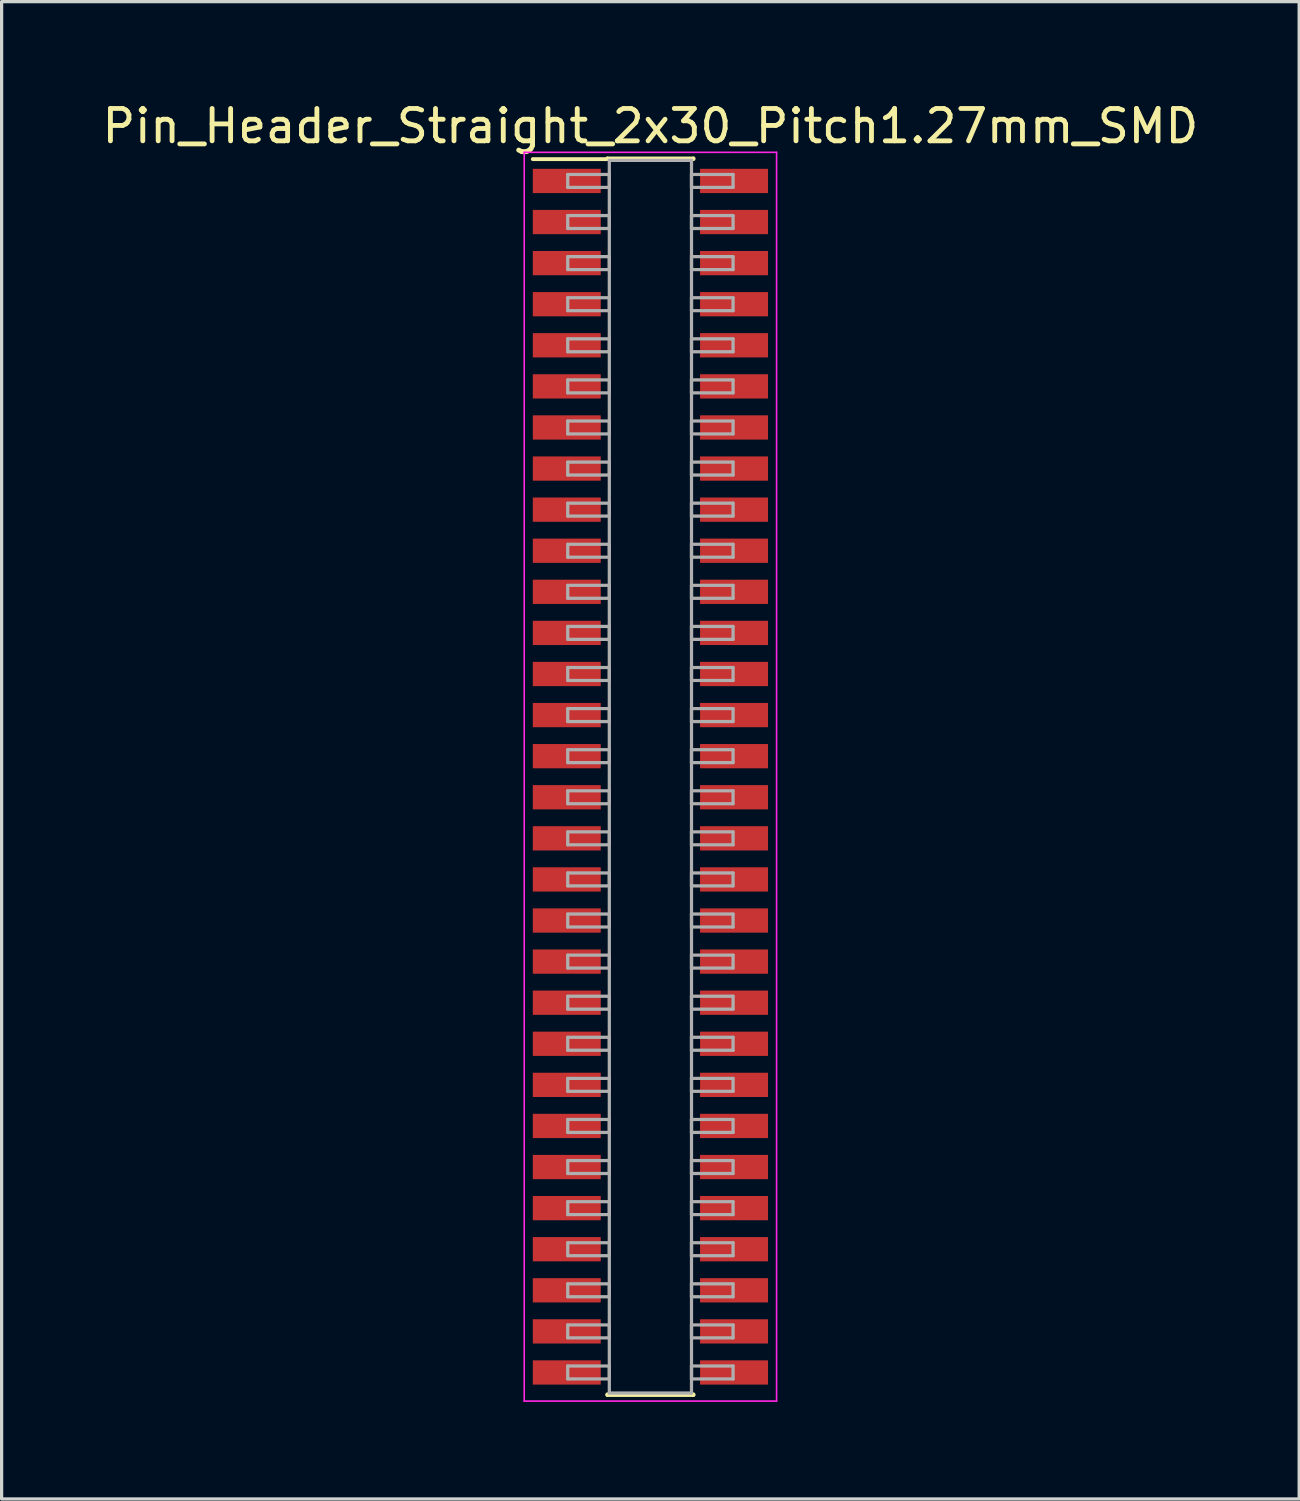
<source format=kicad_pcb>
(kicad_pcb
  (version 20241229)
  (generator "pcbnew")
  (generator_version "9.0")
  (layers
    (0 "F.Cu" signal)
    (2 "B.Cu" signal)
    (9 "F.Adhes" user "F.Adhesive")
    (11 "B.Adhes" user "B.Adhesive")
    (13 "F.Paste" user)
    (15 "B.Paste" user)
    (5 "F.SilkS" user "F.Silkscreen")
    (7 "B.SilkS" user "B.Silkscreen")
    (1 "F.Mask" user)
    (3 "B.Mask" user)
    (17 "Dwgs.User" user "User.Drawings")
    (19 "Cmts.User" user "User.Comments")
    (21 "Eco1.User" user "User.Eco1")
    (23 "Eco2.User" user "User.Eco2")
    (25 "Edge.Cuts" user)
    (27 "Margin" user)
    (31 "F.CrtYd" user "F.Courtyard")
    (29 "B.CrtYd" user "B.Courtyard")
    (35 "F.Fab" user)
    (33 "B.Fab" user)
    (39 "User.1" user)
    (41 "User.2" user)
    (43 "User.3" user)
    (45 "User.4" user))
  (footprint "Pin_Header_Straight_2x30_Pitch1.27mm_SMD"
    (layer "F.Cu")
    (at 17.054 20.958)
    (property "Reference" "Pin_Header_Straight_2x30_Pitch1.27mm_SMD" (at 0 -20.11 0) (layer "F.SilkS") (effects (font (size 1 1) (thickness 0.15))))
    (attr smd)
    (fp_line (start -3.635 -19.09) (end -1.33 -19.09) (stroke (width 0.12) (type solid)) (layer "F.SilkS"))
    (fp_line (start -1.33 -19.11) (end 1.33 -19.11) (stroke (width 0.12) (type solid)) (layer "F.SilkS"))
    (fp_line (start -1.33 -19.09) (end -1.33 -19.11) (stroke (width 0.12) (type solid)) (layer "F.SilkS"))
    (fp_line (start -1.33 19.09) (end -1.33 19.11) (stroke (width 0.12) (type solid)) (layer "F.SilkS"))
    (fp_line (start -1.33 19.11) (end 1.33 19.11) (stroke (width 0.12) (type solid)) (layer "F.SilkS"))
    (fp_line (start 1.33 -19.11) (end 1.33 -19.09) (stroke (width 0.12) (type solid)) (layer "F.SilkS"))
    (fp_line (start 1.33 19.11) (end 1.33 19.09) (stroke (width 0.12) (type solid)) (layer "F.SilkS"))
    (fp_line (start -3.9 -19.3) (end -3.9 19.3) (stroke (width 0.05) (type solid)) (layer "F.CrtYd"))
    (fp_line (start -3.9 19.3) (end 3.9 19.3) (stroke (width 0.05) (type solid)) (layer "F.CrtYd"))
    (fp_line (start 3.9 -19.3) (end -3.9 -19.3) (stroke (width 0.05) (type solid)) (layer "F.CrtYd"))
    (fp_line (start 3.9 19.3) (end 3.9 -19.3) (stroke (width 0.05) (type solid)) (layer "F.CrtYd"))
    (fp_line (start -2.555 -18.615) (end -1.27 -18.615) (stroke (width 0.1) (type solid)) (layer "F.Fab"))
    (fp_line (start -2.555 -18.215) (end -2.555 -18.615) (stroke (width 0.1) (type solid)) (layer "F.Fab"))
    (fp_line (start -2.555 -17.345) (end -1.27 -17.345) (stroke (width 0.1) (type solid)) (layer "F.Fab"))
    (fp_line (start -2.555 -16.945) (end -2.555 -17.345) (stroke (width 0.1) (type solid)) (layer "F.Fab"))
    (fp_line (start -2.555 -16.075) (end -1.27 -16.075) (stroke (width 0.1) (type solid)) (layer "F.Fab"))
    (fp_line (start -2.555 -15.675) (end -2.555 -16.075) (stroke (width 0.1) (type solid)) (layer "F.Fab"))
    (fp_line (start -2.555 -14.805) (end -1.27 -14.805) (stroke (width 0.1) (type solid)) (layer "F.Fab"))
    (fp_line (start -2.555 -14.405) (end -2.555 -14.805) (stroke (width 0.1) (type solid)) (layer "F.Fab"))
    (fp_line (start -2.555 -13.535) (end -1.27 -13.535) (stroke (width 0.1) (type solid)) (layer "F.Fab"))
    (fp_line (start -2.555 -13.135) (end -2.555 -13.535) (stroke (width 0.1) (type solid)) (layer "F.Fab"))
    (fp_line (start -2.555 -12.265) (end -1.27 -12.265) (stroke (width 0.1) (type solid)) (layer "F.Fab"))
    (fp_line (start -2.555 -11.865) (end -2.555 -12.265) (stroke (width 0.1) (type solid)) (layer "F.Fab"))
    (fp_line (start -2.555 -10.995) (end -1.27 -10.995) (stroke (width 0.1) (type solid)) (layer "F.Fab"))
    (fp_line (start -2.555 -10.595) (end -2.555 -10.995) (stroke (width 0.1) (type solid)) (layer "F.Fab"))
    (fp_line (start -2.555 -9.725) (end -1.27 -9.725) (stroke (width 0.1) (type solid)) (layer "F.Fab"))
    (fp_line (start -2.555 -9.325) (end -2.555 -9.725) (stroke (width 0.1) (type solid)) (layer "F.Fab"))
    (fp_line (start -2.555 -8.455) (end -1.27 -8.455) (stroke (width 0.1) (type solid)) (layer "F.Fab"))
    (fp_line (start -2.555 -8.055) (end -2.555 -8.455) (stroke (width 0.1) (type solid)) (layer "F.Fab"))
    (fp_line (start -2.555 -7.185) (end -1.27 -7.185) (stroke (width 0.1) (type solid)) (layer "F.Fab"))
    (fp_line (start -2.555 -6.785) (end -2.555 -7.185) (stroke (width 0.1) (type solid)) (layer "F.Fab"))
    (fp_line (start -2.555 -5.915) (end -1.27 -5.915) (stroke (width 0.1) (type solid)) (layer "F.Fab"))
    (fp_line (start -2.555 -5.515) (end -2.555 -5.915) (stroke (width 0.1) (type solid)) (layer "F.Fab"))
    (fp_line (start -2.555 -4.645) (end -1.27 -4.645) (stroke (width 0.1) (type solid)) (layer "F.Fab"))
    (fp_line (start -2.555 -4.245) (end -2.555 -4.645) (stroke (width 0.1) (type solid)) (layer "F.Fab"))
    (fp_line (start -2.555 -3.375) (end -1.27 -3.375) (stroke (width 0.1) (type solid)) (layer "F.Fab"))
    (fp_line (start -2.555 -2.975) (end -2.555 -3.375) (stroke (width 0.1) (type solid)) (layer "F.Fab"))
    (fp_line (start -2.555 -2.105) (end -1.27 -2.105) (stroke (width 0.1) (type solid)) (layer "F.Fab"))
    (fp_line (start -2.555 -1.705) (end -2.555 -2.105) (stroke (width 0.1) (type solid)) (layer "F.Fab"))
    (fp_line (start -2.555 -0.835) (end -1.27 -0.835) (stroke (width 0.1) (type solid)) (layer "F.Fab"))
    (fp_line (start -2.555 -0.435) (end -2.555 -0.835) (stroke (width 0.1) (type solid)) (layer "F.Fab"))
    (fp_line (start -2.555 0.435) (end -1.27 0.435) (stroke (width 0.1) (type solid)) (layer "F.Fab"))
    (fp_line (start -2.555 0.835) (end -2.555 0.435) (stroke (width 0.1) (type solid)) (layer "F.Fab"))
    (fp_line (start -2.555 1.705) (end -1.27 1.705) (stroke (width 0.1) (type solid)) (layer "F.Fab"))
    (fp_line (start -2.555 2.105) (end -2.555 1.705) (stroke (width 0.1) (type solid)) (layer "F.Fab"))
    (fp_line (start -2.555 2.975) (end -1.27 2.975) (stroke (width 0.1) (type solid)) (layer "F.Fab"))
    (fp_line (start -2.555 3.375) (end -2.555 2.975) (stroke (width 0.1) (type solid)) (layer "F.Fab"))
    (fp_line (start -2.555 4.245) (end -1.27 4.245) (stroke (width 0.1) (type solid)) (layer "F.Fab"))
    (fp_line (start -2.555 4.645) (end -2.555 4.245) (stroke (width 0.1) (type solid)) (layer "F.Fab"))
    (fp_line (start -2.555 5.515) (end -1.27 5.515) (stroke (width 0.1) (type solid)) (layer "F.Fab"))
    (fp_line (start -2.555 5.915) (end -2.555 5.515) (stroke (width 0.1) (type solid)) (layer "F.Fab"))
    (fp_line (start -2.555 6.785) (end -1.27 6.785) (stroke (width 0.1) (type solid)) (layer "F.Fab"))
    (fp_line (start -2.555 7.185) (end -2.555 6.785) (stroke (width 0.1) (type solid)) (layer "F.Fab"))
    (fp_line (start -2.555 8.055) (end -1.27 8.055) (stroke (width 0.1) (type solid)) (layer "F.Fab"))
    (fp_line (start -2.555 8.455) (end -2.555 8.055) (stroke (width 0.1) (type solid)) (layer "F.Fab"))
    (fp_line (start -2.555 9.325) (end -1.27 9.325) (stroke (width 0.1) (type solid)) (layer "F.Fab"))
    (fp_line (start -2.555 9.725) (end -2.555 9.325) (stroke (width 0.1) (type solid)) (layer "F.Fab"))
    (fp_line (start -2.555 10.595) (end -1.27 10.595) (stroke (width 0.1) (type solid)) (layer "F.Fab"))
    (fp_line (start -2.555 10.995) (end -2.555 10.595) (stroke (width 0.1) (type solid)) (layer "F.Fab"))
    (fp_line (start -2.555 11.865) (end -1.27 11.865) (stroke (width 0.1) (type solid)) (layer "F.Fab"))
    (fp_line (start -2.555 12.265) (end -2.555 11.865) (stroke (width 0.1) (type solid)) (layer "F.Fab"))
    (fp_line (start -2.555 13.135) (end -1.27 13.135) (stroke (width 0.1) (type solid)) (layer "F.Fab"))
    (fp_line (start -2.555 13.535) (end -2.555 13.135) (stroke (width 0.1) (type solid)) (layer "F.Fab"))
    (fp_line (start -2.555 14.405) (end -1.27 14.405) (stroke (width 0.1) (type solid)) (layer "F.Fab"))
    (fp_line (start -2.555 14.805) (end -2.555 14.405) (stroke (width 0.1) (type solid)) (layer "F.Fab"))
    (fp_line (start -2.555 15.675) (end -1.27 15.675) (stroke (width 0.1) (type solid)) (layer "F.Fab"))
    (fp_line (start -2.555 16.075) (end -2.555 15.675) (stroke (width 0.1) (type solid)) (layer "F.Fab"))
    (fp_line (start -2.555 16.945) (end -1.27 16.945) (stroke (width 0.1) (type solid)) (layer "F.Fab"))
    (fp_line (start -2.555 17.345) (end -2.555 16.945) (stroke (width 0.1) (type solid)) (layer "F.Fab"))
    (fp_line (start -2.555 18.215) (end -1.27 18.215) (stroke (width 0.1) (type solid)) (layer "F.Fab"))
    (fp_line (start -2.555 18.615) (end -2.555 18.215) (stroke (width 0.1) (type solid)) (layer "F.Fab"))
    (fp_line (start -1.27 -19.05) (end -1.27 19.05) (stroke (width 0.1) (type solid)) (layer "F.Fab"))
    (fp_line (start -1.27 -18.615) (end -1.27 -18.215) (stroke (width 0.1) (type solid)) (layer "F.Fab"))
    (fp_line (start -1.27 -18.215) (end -2.555 -18.215) (stroke (width 0.1) (type solid)) (layer "F.Fab"))
    (fp_line (start -1.27 -17.345) (end -1.27 -16.945) (stroke (width 0.1) (type solid)) (layer "F.Fab"))
    (fp_line (start -1.27 -16.945) (end -2.555 -16.945) (stroke (width 0.1) (type solid)) (layer "F.Fab"))
    (fp_line (start -1.27 -16.075) (end -1.27 -15.675) (stroke (width 0.1) (type solid)) (layer "F.Fab"))
    (fp_line (start -1.27 -15.675) (end -2.555 -15.675) (stroke (width 0.1) (type solid)) (layer "F.Fab"))
    (fp_line (start -1.27 -14.805) (end -1.27 -14.405) (stroke (width 0.1) (type solid)) (layer "F.Fab"))
    (fp_line (start -1.27 -14.405) (end -2.555 -14.405) (stroke (width 0.1) (type solid)) (layer "F.Fab"))
    (fp_line (start -1.27 -13.535) (end -1.27 -13.135) (stroke (width 0.1) (type solid)) (layer "F.Fab"))
    (fp_line (start -1.27 -13.135) (end -2.555 -13.135) (stroke (width 0.1) (type solid)) (layer "F.Fab"))
    (fp_line (start -1.27 -12.265) (end -1.27 -11.865) (stroke (width 0.1) (type solid)) (layer "F.Fab"))
    (fp_line (start -1.27 -11.865) (end -2.555 -11.865) (stroke (width 0.1) (type solid)) (layer "F.Fab"))
    (fp_line (start -1.27 -10.995) (end -1.27 -10.595) (stroke (width 0.1) (type solid)) (layer "F.Fab"))
    (fp_line (start -1.27 -10.595) (end -2.555 -10.595) (stroke (width 0.1) (type solid)) (layer "F.Fab"))
    (fp_line (start -1.27 -9.725) (end -1.27 -9.325) (stroke (width 0.1) (type solid)) (layer "F.Fab"))
    (fp_line (start -1.27 -9.325) (end -2.555 -9.325) (stroke (width 0.1) (type solid)) (layer "F.Fab"))
    (fp_line (start -1.27 -8.455) (end -1.27 -8.055) (stroke (width 0.1) (type solid)) (layer "F.Fab"))
    (fp_line (start -1.27 -8.055) (end -2.555 -8.055) (stroke (width 0.1) (type solid)) (layer "F.Fab"))
    (fp_line (start -1.27 -7.185) (end -1.27 -6.785) (stroke (width 0.1) (type solid)) (layer "F.Fab"))
    (fp_line (start -1.27 -6.785) (end -2.555 -6.785) (stroke (width 0.1) (type solid)) (layer "F.Fab"))
    (fp_line (start -1.27 -5.915) (end -1.27 -5.515) (stroke (width 0.1) (type solid)) (layer "F.Fab"))
    (fp_line (start -1.27 -5.515) (end -2.555 -5.515) (stroke (width 0.1) (type solid)) (layer "F.Fab"))
    (fp_line (start -1.27 -4.645) (end -1.27 -4.245) (stroke (width 0.1) (type solid)) (layer "F.Fab"))
    (fp_line (start -1.27 -4.245) (end -2.555 -4.245) (stroke (width 0.1) (type solid)) (layer "F.Fab"))
    (fp_line (start -1.27 -3.375) (end -1.27 -2.975) (stroke (width 0.1) (type solid)) (layer "F.Fab"))
    (fp_line (start -1.27 -2.975) (end -2.555 -2.975) (stroke (width 0.1) (type solid)) (layer "F.Fab"))
    (fp_line (start -1.27 -2.105) (end -1.27 -1.705) (stroke (width 0.1) (type solid)) (layer "F.Fab"))
    (fp_line (start -1.27 -1.705) (end -2.555 -1.705) (stroke (width 0.1) (type solid)) (layer "F.Fab"))
    (fp_line (start -1.27 -0.835) (end -1.27 -0.435) (stroke (width 0.1) (type solid)) (layer "F.Fab"))
    (fp_line (start -1.27 -0.435) (end -2.555 -0.435) (stroke (width 0.1) (type solid)) (layer "F.Fab"))
    (fp_line (start -1.27 0.435) (end -1.27 0.835) (stroke (width 0.1) (type solid)) (layer "F.Fab"))
    (fp_line (start -1.27 0.835) (end -2.555 0.835) (stroke (width 0.1) (type solid)) (layer "F.Fab"))
    (fp_line (start -1.27 1.705) (end -1.27 2.105) (stroke (width 0.1) (type solid)) (layer "F.Fab"))
    (fp_line (start -1.27 2.105) (end -2.555 2.105) (stroke (width 0.1) (type solid)) (layer "F.Fab"))
    (fp_line (start -1.27 2.975) (end -1.27 3.375) (stroke (width 0.1) (type solid)) (layer "F.Fab"))
    (fp_line (start -1.27 3.375) (end -2.555 3.375) (stroke (width 0.1) (type solid)) (layer "F.Fab"))
    (fp_line (start -1.27 4.245) (end -1.27 4.645) (stroke (width 0.1) (type solid)) (layer "F.Fab"))
    (fp_line (start -1.27 4.645) (end -2.555 4.645) (stroke (width 0.1) (type solid)) (layer "F.Fab"))
    (fp_line (start -1.27 5.515) (end -1.27 5.915) (stroke (width 0.1) (type solid)) (layer "F.Fab"))
    (fp_line (start -1.27 5.915) (end -2.555 5.915) (stroke (width 0.1) (type solid)) (layer "F.Fab"))
    (fp_line (start -1.27 6.785) (end -1.27 7.185) (stroke (width 0.1) (type solid)) (layer "F.Fab"))
    (fp_line (start -1.27 7.185) (end -2.555 7.185) (stroke (width 0.1) (type solid)) (layer "F.Fab"))
    (fp_line (start -1.27 8.055) (end -1.27 8.455) (stroke (width 0.1) (type solid)) (layer "F.Fab"))
    (fp_line (start -1.27 8.455) (end -2.555 8.455) (stroke (width 0.1) (type solid)) (layer "F.Fab"))
    (fp_line (start -1.27 9.325) (end -1.27 9.725) (stroke (width 0.1) (type solid)) (layer "F.Fab"))
    (fp_line (start -1.27 9.725) (end -2.555 9.725) (stroke (width 0.1) (type solid)) (layer "F.Fab"))
    (fp_line (start -1.27 10.595) (end -1.27 10.995) (stroke (width 0.1) (type solid)) (layer "F.Fab"))
    (fp_line (start -1.27 10.995) (end -2.555 10.995) (stroke (width 0.1) (type solid)) (layer "F.Fab"))
    (fp_line (start -1.27 11.865) (end -1.27 12.265) (stroke (width 0.1) (type solid)) (layer "F.Fab"))
    (fp_line (start -1.27 12.265) (end -2.555 12.265) (stroke (width 0.1) (type solid)) (layer "F.Fab"))
    (fp_line (start -1.27 13.135) (end -1.27 13.535) (stroke (width 0.1) (type solid)) (layer "F.Fab"))
    (fp_line (start -1.27 13.535) (end -2.555 13.535) (stroke (width 0.1) (type solid)) (layer "F.Fab"))
    (fp_line (start -1.27 14.405) (end -1.27 14.805) (stroke (width 0.1) (type solid)) (layer "F.Fab"))
    (fp_line (start -1.27 14.805) (end -2.555 14.805) (stroke (width 0.1) (type solid)) (layer "F.Fab"))
    (fp_line (start -1.27 15.675) (end -1.27 16.075) (stroke (width 0.1) (type solid)) (layer "F.Fab"))
    (fp_line (start -1.27 16.075) (end -2.555 16.075) (stroke (width 0.1) (type solid)) (layer "F.Fab"))
    (fp_line (start -1.27 16.945) (end -1.27 17.345) (stroke (width 0.1) (type solid)) (layer "F.Fab"))
    (fp_line (start -1.27 17.345) (end -2.555 17.345) (stroke (width 0.1) (type solid)) (layer "F.Fab"))
    (fp_line (start -1.27 18.215) (end -1.27 18.615) (stroke (width 0.1) (type solid)) (layer "F.Fab"))
    (fp_line (start -1.27 18.615) (end -2.555 18.615) (stroke (width 0.1) (type solid)) (layer "F.Fab"))
    (fp_line (start -1.27 19.05) (end 1.27 19.05) (stroke (width 0.1) (type solid)) (layer "F.Fab"))
    (fp_line (start 1.27 -19.05) (end -1.27 -19.05) (stroke (width 0.1) (type solid)) (layer "F.Fab"))
    (fp_line (start 1.27 -18.615) (end 1.27 -18.215) (stroke (width 0.1) (type solid)) (layer "F.Fab"))
    (fp_line (start 1.27 -18.215) (end 2.555 -18.215) (stroke (width 0.1) (type solid)) (layer "F.Fab"))
    (fp_line (start 1.27 -17.345) (end 1.27 -16.945) (stroke (width 0.1) (type solid)) (layer "F.Fab"))
    (fp_line (start 1.27 -16.945) (end 2.555 -16.945) (stroke (width 0.1) (type solid)) (layer "F.Fab"))
    (fp_line (start 1.27 -16.075) (end 1.27 -15.675) (stroke (width 0.1) (type solid)) (layer "F.Fab"))
    (fp_line (start 1.27 -15.675) (end 2.555 -15.675) (stroke (width 0.1) (type solid)) (layer "F.Fab"))
    (fp_line (start 1.27 -14.805) (end 1.27 -14.405) (stroke (width 0.1) (type solid)) (layer "F.Fab"))
    (fp_line (start 1.27 -14.405) (end 2.555 -14.405) (stroke (width 0.1) (type solid)) (layer "F.Fab"))
    (fp_line (start 1.27 -13.535) (end 1.27 -13.135) (stroke (width 0.1) (type solid)) (layer "F.Fab"))
    (fp_line (start 1.27 -13.135) (end 2.555 -13.135) (stroke (width 0.1) (type solid)) (layer "F.Fab"))
    (fp_line (start 1.27 -12.265) (end 1.27 -11.865) (stroke (width 0.1) (type solid)) (layer "F.Fab"))
    (fp_line (start 1.27 -11.865) (end 2.555 -11.865) (stroke (width 0.1) (type solid)) (layer "F.Fab"))
    (fp_line (start 1.27 -10.995) (end 1.27 -10.595) (stroke (width 0.1) (type solid)) (layer "F.Fab"))
    (fp_line (start 1.27 -10.595) (end 2.555 -10.595) (stroke (width 0.1) (type solid)) (layer "F.Fab"))
    (fp_line (start 1.27 -9.725) (end 1.27 -9.325) (stroke (width 0.1) (type solid)) (layer "F.Fab"))
    (fp_line (start 1.27 -9.325) (end 2.555 -9.325) (stroke (width 0.1) (type solid)) (layer "F.Fab"))
    (fp_line (start 1.27 -8.455) (end 1.27 -8.055) (stroke (width 0.1) (type solid)) (layer "F.Fab"))
    (fp_line (start 1.27 -8.055) (end 2.555 -8.055) (stroke (width 0.1) (type solid)) (layer "F.Fab"))
    (fp_line (start 1.27 -7.185) (end 1.27 -6.785) (stroke (width 0.1) (type solid)) (layer "F.Fab"))
    (fp_line (start 1.27 -6.785) (end 2.555 -6.785) (stroke (width 0.1) (type solid)) (layer "F.Fab"))
    (fp_line (start 1.27 -5.915) (end 1.27 -5.515) (stroke (width 0.1) (type solid)) (layer "F.Fab"))
    (fp_line (start 1.27 -5.515) (end 2.555 -5.515) (stroke (width 0.1) (type solid)) (layer "F.Fab"))
    (fp_line (start 1.27 -4.645) (end 1.27 -4.245) (stroke (width 0.1) (type solid)) (layer "F.Fab"))
    (fp_line (start 1.27 -4.245) (end 2.555 -4.245) (stroke (width 0.1) (type solid)) (layer "F.Fab"))
    (fp_line (start 1.27 -3.375) (end 1.27 -2.975) (stroke (width 0.1) (type solid)) (layer "F.Fab"))
    (fp_line (start 1.27 -2.975) (end 2.555 -2.975) (stroke (width 0.1) (type solid)) (layer "F.Fab"))
    (fp_line (start 1.27 -2.105) (end 1.27 -1.705) (stroke (width 0.1) (type solid)) (layer "F.Fab"))
    (fp_line (start 1.27 -1.705) (end 2.555 -1.705) (stroke (width 0.1) (type solid)) (layer "F.Fab"))
    (fp_line (start 1.27 -0.835) (end 1.27 -0.435) (stroke (width 0.1) (type solid)) (layer "F.Fab"))
    (fp_line (start 1.27 -0.435) (end 2.555 -0.435) (stroke (width 0.1) (type solid)) (layer "F.Fab"))
    (fp_line (start 1.27 0.435) (end 1.27 0.835) (stroke (width 0.1) (type solid)) (layer "F.Fab"))
    (fp_line (start 1.27 0.835) (end 2.555 0.835) (stroke (width 0.1) (type solid)) (layer "F.Fab"))
    (fp_line (start 1.27 1.705) (end 1.27 2.105) (stroke (width 0.1) (type solid)) (layer "F.Fab"))
    (fp_line (start 1.27 2.105) (end 2.555 2.105) (stroke (width 0.1) (type solid)) (layer "F.Fab"))
    (fp_line (start 1.27 2.975) (end 1.27 3.375) (stroke (width 0.1) (type solid)) (layer "F.Fab"))
    (fp_line (start 1.27 3.375) (end 2.555 3.375) (stroke (width 0.1) (type solid)) (layer "F.Fab"))
    (fp_line (start 1.27 4.245) (end 1.27 4.645) (stroke (width 0.1) (type solid)) (layer "F.Fab"))
    (fp_line (start 1.27 4.645) (end 2.555 4.645) (stroke (width 0.1) (type solid)) (layer "F.Fab"))
    (fp_line (start 1.27 5.515) (end 1.27 5.915) (stroke (width 0.1) (type solid)) (layer "F.Fab"))
    (fp_line (start 1.27 5.915) (end 2.555 5.915) (stroke (width 0.1) (type solid)) (layer "F.Fab"))
    (fp_line (start 1.27 6.785) (end 1.27 7.185) (stroke (width 0.1) (type solid)) (layer "F.Fab"))
    (fp_line (start 1.27 7.185) (end 2.555 7.185) (stroke (width 0.1) (type solid)) (layer "F.Fab"))
    (fp_line (start 1.27 8.055) (end 1.27 8.455) (stroke (width 0.1) (type solid)) (layer "F.Fab"))
    (fp_line (start 1.27 8.455) (end 2.555 8.455) (stroke (width 0.1) (type solid)) (layer "F.Fab"))
    (fp_line (start 1.27 9.325) (end 1.27 9.725) (stroke (width 0.1) (type solid)) (layer "F.Fab"))
    (fp_line (start 1.27 9.725) (end 2.555 9.725) (stroke (width 0.1) (type solid)) (layer "F.Fab"))
    (fp_line (start 1.27 10.595) (end 1.27 10.995) (stroke (width 0.1) (type solid)) (layer "F.Fab"))
    (fp_line (start 1.27 10.995) (end 2.555 10.995) (stroke (width 0.1) (type solid)) (layer "F.Fab"))
    (fp_line (start 1.27 11.865) (end 1.27 12.265) (stroke (width 0.1) (type solid)) (layer "F.Fab"))
    (fp_line (start 1.27 12.265) (end 2.555 12.265) (stroke (width 0.1) (type solid)) (layer "F.Fab"))
    (fp_line (start 1.27 13.135) (end 1.27 13.535) (stroke (width 0.1) (type solid)) (layer "F.Fab"))
    (fp_line (start 1.27 13.535) (end 2.555 13.535) (stroke (width 0.1) (type solid)) (layer "F.Fab"))
    (fp_line (start 1.27 14.405) (end 1.27 14.805) (stroke (width 0.1) (type solid)) (layer "F.Fab"))
    (fp_line (start 1.27 14.805) (end 2.555 14.805) (stroke (width 0.1) (type solid)) (layer "F.Fab"))
    (fp_line (start 1.27 15.675) (end 1.27 16.075) (stroke (width 0.1) (type solid)) (layer "F.Fab"))
    (fp_line (start 1.27 16.075) (end 2.555 16.075) (stroke (width 0.1) (type solid)) (layer "F.Fab"))
    (fp_line (start 1.27 16.945) (end 1.27 17.345) (stroke (width 0.1) (type solid)) (layer "F.Fab"))
    (fp_line (start 1.27 17.345) (end 2.555 17.345) (stroke (width 0.1) (type solid)) (layer "F.Fab"))
    (fp_line (start 1.27 18.215) (end 1.27 18.615) (stroke (width 0.1) (type solid)) (layer "F.Fab"))
    (fp_line (start 1.27 18.615) (end 2.555 18.615) (stroke (width 0.1) (type solid)) (layer "F.Fab"))
    (fp_line (start 1.27 19.05) (end 1.27 -19.05) (stroke (width 0.1) (type solid)) (layer "F.Fab"))
    (fp_line (start 2.555 -18.615) (end 1.27 -18.615) (stroke (width 0.1) (type solid)) (layer "F.Fab"))
    (fp_line (start 2.555 -18.215) (end 2.555 -18.615) (stroke (width 0.1) (type solid)) (layer "F.Fab"))
    (fp_line (start 2.555 -17.345) (end 1.27 -17.345) (stroke (width 0.1) (type solid)) (layer "F.Fab"))
    (fp_line (start 2.555 -16.945) (end 2.555 -17.345) (stroke (width 0.1) (type solid)) (layer "F.Fab"))
    (fp_line (start 2.555 -16.075) (end 1.27 -16.075) (stroke (width 0.1) (type solid)) (layer "F.Fab"))
    (fp_line (start 2.555 -15.675) (end 2.555 -16.075) (stroke (width 0.1) (type solid)) (layer "F.Fab"))
    (fp_line (start 2.555 -14.805) (end 1.27 -14.805) (stroke (width 0.1) (type solid)) (layer "F.Fab"))
    (fp_line (start 2.555 -14.405) (end 2.555 -14.805) (stroke (width 0.1) (type solid)) (layer "F.Fab"))
    (fp_line (start 2.555 -13.535) (end 1.27 -13.535) (stroke (width 0.1) (type solid)) (layer "F.Fab"))
    (fp_line (start 2.555 -13.135) (end 2.555 -13.535) (stroke (width 0.1) (type solid)) (layer "F.Fab"))
    (fp_line (start 2.555 -12.265) (end 1.27 -12.265) (stroke (width 0.1) (type solid)) (layer "F.Fab"))
    (fp_line (start 2.555 -11.865) (end 2.555 -12.265) (stroke (width 0.1) (type solid)) (layer "F.Fab"))
    (fp_line (start 2.555 -10.995) (end 1.27 -10.995) (stroke (width 0.1) (type solid)) (layer "F.Fab"))
    (fp_line (start 2.555 -10.595) (end 2.555 -10.995) (stroke (width 0.1) (type solid)) (layer "F.Fab"))
    (fp_line (start 2.555 -9.725) (end 1.27 -9.725) (stroke (width 0.1) (type solid)) (layer "F.Fab"))
    (fp_line (start 2.555 -9.325) (end 2.555 -9.725) (stroke (width 0.1) (type solid)) (layer "F.Fab"))
    (fp_line (start 2.555 -8.455) (end 1.27 -8.455) (stroke (width 0.1) (type solid)) (layer "F.Fab"))
    (fp_line (start 2.555 -8.055) (end 2.555 -8.455) (stroke (width 0.1) (type solid)) (layer "F.Fab"))
    (fp_line (start 2.555 -7.185) (end 1.27 -7.185) (stroke (width 0.1) (type solid)) (layer "F.Fab"))
    (fp_line (start 2.555 -6.785) (end 2.555 -7.185) (stroke (width 0.1) (type solid)) (layer "F.Fab"))
    (fp_line (start 2.555 -5.915) (end 1.27 -5.915) (stroke (width 0.1) (type solid)) (layer "F.Fab"))
    (fp_line (start 2.555 -5.515) (end 2.555 -5.915) (stroke (width 0.1) (type solid)) (layer "F.Fab"))
    (fp_line (start 2.555 -4.645) (end 1.27 -4.645) (stroke (width 0.1) (type solid)) (layer "F.Fab"))
    (fp_line (start 2.555 -4.245) (end 2.555 -4.645) (stroke (width 0.1) (type solid)) (layer "F.Fab"))
    (fp_line (start 2.555 -3.375) (end 1.27 -3.375) (stroke (width 0.1) (type solid)) (layer "F.Fab"))
    (fp_line (start 2.555 -2.975) (end 2.555 -3.375) (stroke (width 0.1) (type solid)) (layer "F.Fab"))
    (fp_line (start 2.555 -2.105) (end 1.27 -2.105) (stroke (width 0.1) (type solid)) (layer "F.Fab"))
    (fp_line (start 2.555 -1.705) (end 2.555 -2.105) (stroke (width 0.1) (type solid)) (layer "F.Fab"))
    (fp_line (start 2.555 -0.835) (end 1.27 -0.835) (stroke (width 0.1) (type solid)) (layer "F.Fab"))
    (fp_line (start 2.555 -0.435) (end 2.555 -0.835) (stroke (width 0.1) (type solid)) (layer "F.Fab"))
    (fp_line (start 2.555 0.435) (end 1.27 0.435) (stroke (width 0.1) (type solid)) (layer "F.Fab"))
    (fp_line (start 2.555 0.835) (end 2.555 0.435) (stroke (width 0.1) (type solid)) (layer "F.Fab"))
    (fp_line (start 2.555 1.705) (end 1.27 1.705) (stroke (width 0.1) (type solid)) (layer "F.Fab"))
    (fp_line (start 2.555 2.105) (end 2.555 1.705) (stroke (width 0.1) (type solid)) (layer "F.Fab"))
    (fp_line (start 2.555 2.975) (end 1.27 2.975) (stroke (width 0.1) (type solid)) (layer "F.Fab"))
    (fp_line (start 2.555 3.375) (end 2.555 2.975) (stroke (width 0.1) (type solid)) (layer "F.Fab"))
    (fp_line (start 2.555 4.245) (end 1.27 4.245) (stroke (width 0.1) (type solid)) (layer "F.Fab"))
    (fp_line (start 2.555 4.645) (end 2.555 4.245) (stroke (width 0.1) (type solid)) (layer "F.Fab"))
    (fp_line (start 2.555 5.515) (end 1.27 5.515) (stroke (width 0.1) (type solid)) (layer "F.Fab"))
    (fp_line (start 2.555 5.915) (end 2.555 5.515) (stroke (width 0.1) (type solid)) (layer "F.Fab"))
    (fp_line (start 2.555 6.785) (end 1.27 6.785) (stroke (width 0.1) (type solid)) (layer "F.Fab"))
    (fp_line (start 2.555 7.185) (end 2.555 6.785) (stroke (width 0.1) (type solid)) (layer "F.Fab"))
    (fp_line (start 2.555 8.055) (end 1.27 8.055) (stroke (width 0.1) (type solid)) (layer "F.Fab"))
    (fp_line (start 2.555 8.455) (end 2.555 8.055) (stroke (width 0.1) (type solid)) (layer "F.Fab"))
    (fp_line (start 2.555 9.325) (end 1.27 9.325) (stroke (width 0.1) (type solid)) (layer "F.Fab"))
    (fp_line (start 2.555 9.725) (end 2.555 9.325) (stroke (width 0.1) (type solid)) (layer "F.Fab"))
    (fp_line (start 2.555 10.595) (end 1.27 10.595) (stroke (width 0.1) (type solid)) (layer "F.Fab"))
    (fp_line (start 2.555 10.995) (end 2.555 10.595) (stroke (width 0.1) (type solid)) (layer "F.Fab"))
    (fp_line (start 2.555 11.865) (end 1.27 11.865) (stroke (width 0.1) (type solid)) (layer "F.Fab"))
    (fp_line (start 2.555 12.265) (end 2.555 11.865) (stroke (width 0.1) (type solid)) (layer "F.Fab"))
    (fp_line (start 2.555 13.135) (end 1.27 13.135) (stroke (width 0.1) (type solid)) (layer "F.Fab"))
    (fp_line (start 2.555 13.535) (end 2.555 13.135) (stroke (width 0.1) (type solid)) (layer "F.Fab"))
    (fp_line (start 2.555 14.405) (end 1.27 14.405) (stroke (width 0.1) (type solid)) (layer "F.Fab"))
    (fp_line (start 2.555 14.805) (end 2.555 14.405) (stroke (width 0.1) (type solid)) (layer "F.Fab"))
    (fp_line (start 2.555 15.675) (end 1.27 15.675) (stroke (width 0.1) (type solid)) (layer "F.Fab"))
    (fp_line (start 2.555 16.075) (end 2.555 15.675) (stroke (width 0.1) (type solid)) (layer "F.Fab"))
    (fp_line (start 2.555 16.945) (end 1.27 16.945) (stroke (width 0.1) (type solid)) (layer "F.Fab"))
    (fp_line (start 2.555 17.345) (end 2.555 16.945) (stroke (width 0.1) (type solid)) (layer "F.Fab"))
    (fp_line (start 2.555 18.215) (end 1.27 18.215) (stroke (width 0.1) (type solid)) (layer "F.Fab"))
    (fp_line (start 2.555 18.615) (end 2.555 18.215) (stroke (width 0.1) (type solid)) (layer "F.Fab"))
    (pad "1" smd rect (at -2.585 -18.415) (size 2.1 0.75) (layers "F.Cu" "F.Mask"))
    (pad "2" smd rect (at 2.585 -18.415) (size 2.1 0.75) (layers "F.Cu" "F.Mask"))
    (pad "3" smd rect (at -2.585 -17.145) (size 2.1 0.75) (layers "F.Cu" "F.Mask"))
    (pad "4" smd rect (at 2.585 -17.145) (size 2.1 0.75) (layers "F.Cu" "F.Mask"))
    (pad "5" smd rect (at -2.585 -15.875) (size 2.1 0.75) (layers "F.Cu" "F.Mask"))
    (pad "6" smd rect (at 2.585 -15.875) (size 2.1 0.75) (layers "F.Cu" "F.Mask"))
    (pad "7" smd rect (at -2.585 -14.605) (size 2.1 0.75) (layers "F.Cu" "F.Mask"))
    (pad "8" smd rect (at 2.585 -14.605) (size 2.1 0.75) (layers "F.Cu" "F.Mask"))
    (pad "9" smd rect (at -2.585 -13.335) (size 2.1 0.75) (layers "F.Cu" "F.Mask"))
    (pad "10" smd rect (at 2.585 -13.335) (size 2.1 0.75) (layers "F.Cu" "F.Mask"))
    (pad "11" smd rect (at -2.585 -12.065) (size 2.1 0.75) (layers "F.Cu" "F.Mask"))
    (pad "12" smd rect (at 2.585 -12.065) (size 2.1 0.75) (layers "F.Cu" "F.Mask"))
    (pad "13" smd rect (at -2.585 -10.795) (size 2.1 0.75) (layers "F.Cu" "F.Mask"))
    (pad "14" smd rect (at 2.585 -10.795) (size 2.1 0.75) (layers "F.Cu" "F.Mask"))
    (pad "15" smd rect (at -2.585 -9.525) (size 2.1 0.75) (layers "F.Cu" "F.Mask"))
    (pad "16" smd rect (at 2.585 -9.525) (size 2.1 0.75) (layers "F.Cu" "F.Mask"))
    (pad "17" smd rect (at -2.585 -8.255) (size 2.1 0.75) (layers "F.Cu" "F.Mask"))
    (pad "18" smd rect (at 2.585 -8.255) (size 2.1 0.75) (layers "F.Cu" "F.Mask"))
    (pad "19" smd rect (at -2.585 -6.985) (size 2.1 0.75) (layers "F.Cu" "F.Mask"))
    (pad "20" smd rect (at 2.585 -6.985) (size 2.1 0.75) (layers "F.Cu" "F.Mask"))
    (pad "21" smd rect (at -2.585 -5.715) (size 2.1 0.75) (layers "F.Cu" "F.Mask"))
    (pad "22" smd rect (at 2.585 -5.715) (size 2.1 0.75) (layers "F.Cu" "F.Mask"))
    (pad "23" smd rect (at -2.585 -4.445) (size 2.1 0.75) (layers "F.Cu" "F.Mask"))
    (pad "24" smd rect (at 2.585 -4.445) (size 2.1 0.75) (layers "F.Cu" "F.Mask"))
    (pad "25" smd rect (at -2.585 -3.175) (size 2.1 0.75) (layers "F.Cu" "F.Mask"))
    (pad "26" smd rect (at 2.585 -3.175) (size 2.1 0.75) (layers "F.Cu" "F.Mask"))
    (pad "27" smd rect (at -2.585 -1.905) (size 2.1 0.75) (layers "F.Cu" "F.Mask"))
    (pad "28" smd rect (at 2.585 -1.905) (size 2.1 0.75) (layers "F.Cu" "F.Mask"))
    (pad "29" smd rect (at -2.585 -0.635) (size 2.1 0.75) (layers "F.Cu" "F.Mask"))
    (pad "30" smd rect (at 2.585 -0.635) (size 2.1 0.75) (layers "F.Cu" "F.Mask"))
    (pad "31" smd rect (at -2.585 0.635) (size 2.1 0.75) (layers "F.Cu" "F.Mask"))
    (pad "32" smd rect (at 2.585 0.635) (size 2.1 0.75) (layers "F.Cu" "F.Mask"))
    (pad "33" smd rect (at -2.585 1.905) (size 2.1 0.75) (layers "F.Cu" "F.Mask"))
    (pad "34" smd rect (at 2.585 1.905) (size 2.1 0.75) (layers "F.Cu" "F.Mask"))
    (pad "35" smd rect (at -2.585 3.175) (size 2.1 0.75) (layers "F.Cu" "F.Mask"))
    (pad "36" smd rect (at 2.585 3.175) (size 2.1 0.75) (layers "F.Cu" "F.Mask"))
    (pad "37" smd rect (at -2.585 4.445) (size 2.1 0.75) (layers "F.Cu" "F.Mask"))
    (pad "38" smd rect (at 2.585 4.445) (size 2.1 0.75) (layers "F.Cu" "F.Mask"))
    (pad "39" smd rect (at -2.585 5.715) (size 2.1 0.75) (layers "F.Cu" "F.Mask"))
    (pad "40" smd rect (at 2.585 5.715) (size 2.1 0.75) (layers "F.Cu" "F.Mask"))
    (pad "41" smd rect (at -2.585 6.985) (size 2.1 0.75) (layers "F.Cu" "F.Mask"))
    (pad "42" smd rect (at 2.585 6.985) (size 2.1 0.75) (layers "F.Cu" "F.Mask"))
    (pad "43" smd rect (at -2.585 8.255) (size 2.1 0.75) (layers "F.Cu" "F.Mask"))
    (pad "44" smd rect (at 2.585 8.255) (size 2.1 0.75) (layers "F.Cu" "F.Mask"))
    (pad "45" smd rect (at -2.585 9.525) (size 2.1 0.75) (layers "F.Cu" "F.Mask"))
    (pad "46" smd rect (at 2.585 9.525) (size 2.1 0.75) (layers "F.Cu" "F.Mask"))
    (pad "47" smd rect (at -2.585 10.795) (size 2.1 0.75) (layers "F.Cu" "F.Mask"))
    (pad "48" smd rect (at 2.585 10.795) (size 2.1 0.75) (layers "F.Cu" "F.Mask"))
    (pad "49" smd rect (at -2.585 12.065) (size 2.1 0.75) (layers "F.Cu" "F.Mask"))
    (pad "50" smd rect (at 2.585 12.065) (size 2.1 0.75) (layers "F.Cu" "F.Mask"))
    (pad "51" smd rect (at -2.585 13.335) (size 2.1 0.75) (layers "F.Cu" "F.Mask"))
    (pad "52" smd rect (at 2.585 13.335) (size 2.1 0.75) (layers "F.Cu" "F.Mask"))
    (pad "53" smd rect (at -2.585 14.605) (size 2.1 0.75) (layers "F.Cu" "F.Mask"))
    (pad "54" smd rect (at 2.585 14.605) (size 2.1 0.75) (layers "F.Cu" "F.Mask"))
    (pad "55" smd rect (at -2.585 15.875) (size 2.1 0.75) (layers "F.Cu" "F.Mask"))
    (pad "56" smd rect (at 2.585 15.875) (size 2.1 0.75) (layers "F.Cu" "F.Mask"))
    (pad "57" smd rect (at -2.585 17.145) (size 2.1 0.75) (layers "F.Cu" "F.Mask"))
    (pad "58" smd rect (at 2.585 17.145) (size 2.1 0.75) (layers "F.Cu" "F.Mask"))
    (pad "59" smd rect (at -2.585 18.415) (size 2.1 0.75) (layers "F.Cu" "F.Mask"))
    (pad "60" smd rect (at 2.585 18.415) (size 2.1 0.75) (layers "F.Cu" "F.Mask")))
  (gr_rect
    (start -3 -3)
    (end 37.107 43.283)
    (stroke (width 0.1) (type default))
    (fill no)
    (layer "Edge.Cuts")))
</source>
